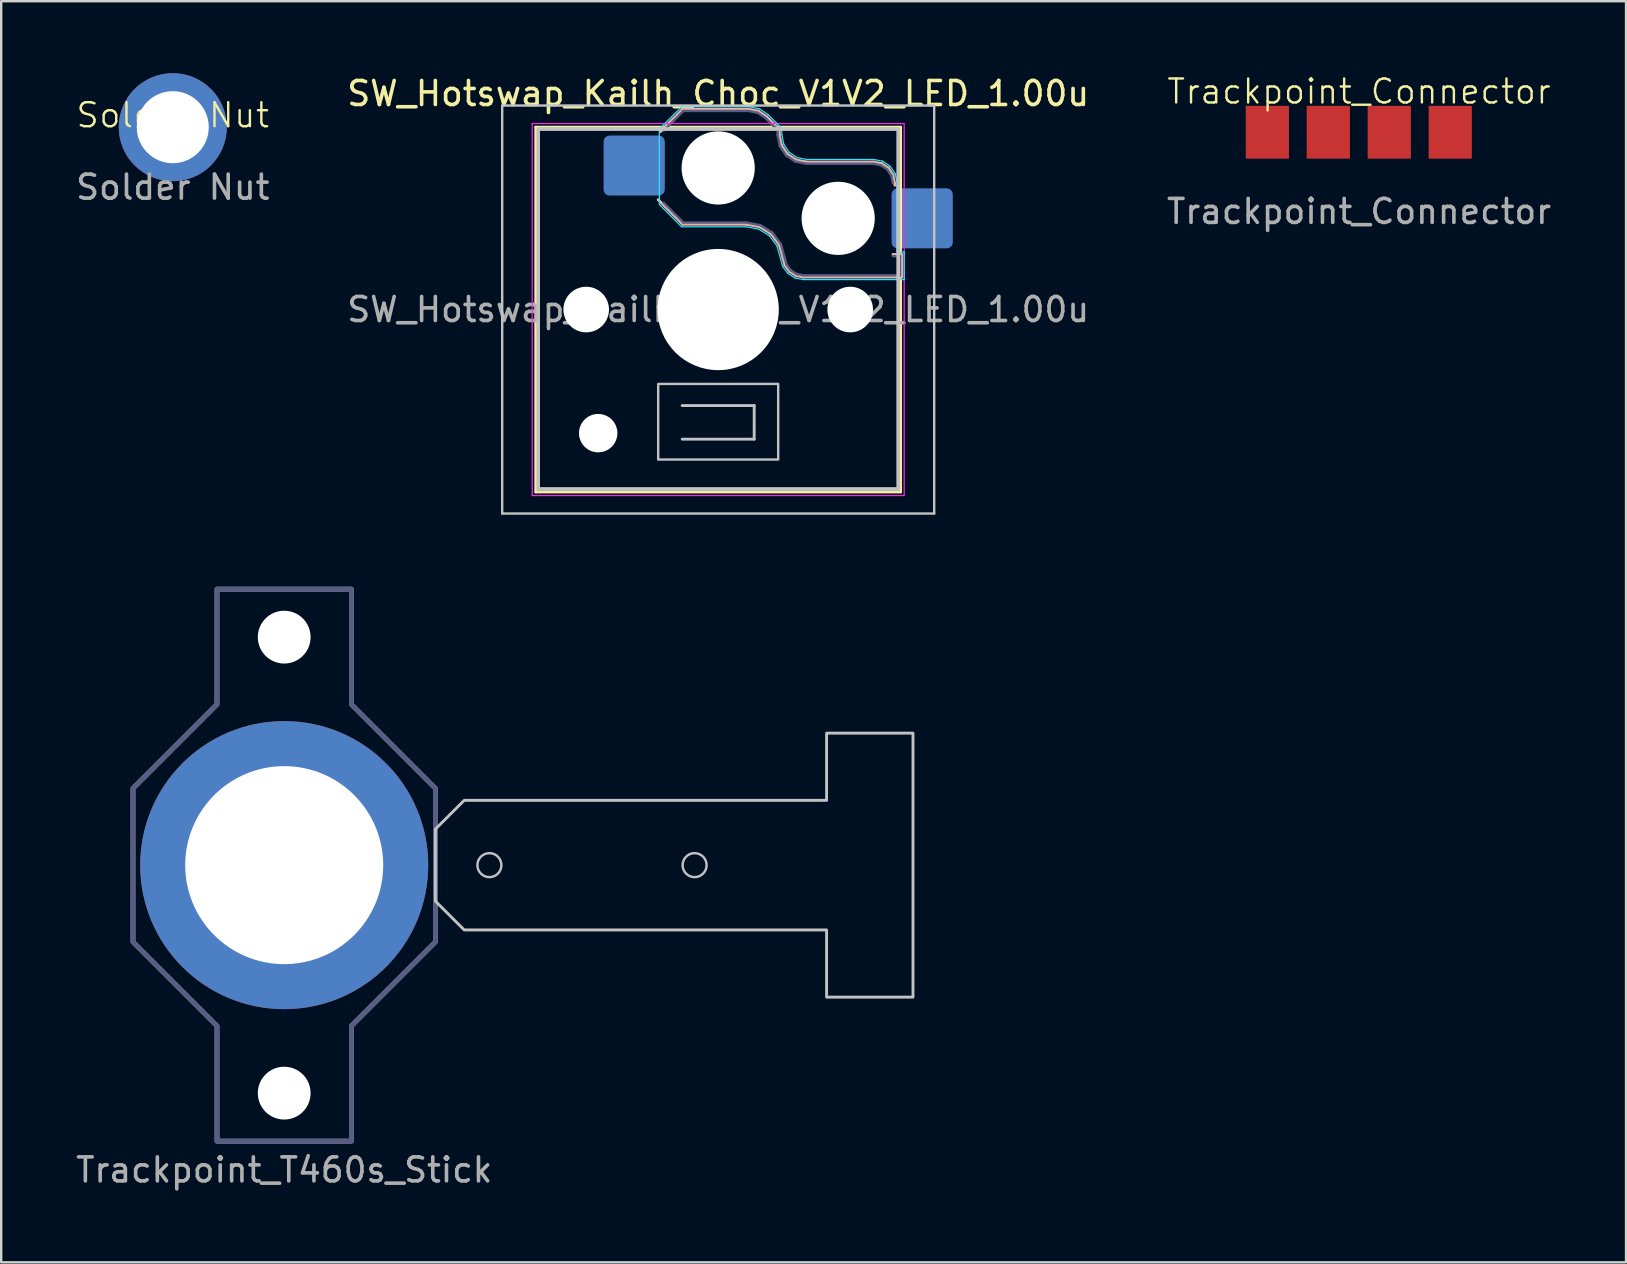
<source format=kicad_pcb>
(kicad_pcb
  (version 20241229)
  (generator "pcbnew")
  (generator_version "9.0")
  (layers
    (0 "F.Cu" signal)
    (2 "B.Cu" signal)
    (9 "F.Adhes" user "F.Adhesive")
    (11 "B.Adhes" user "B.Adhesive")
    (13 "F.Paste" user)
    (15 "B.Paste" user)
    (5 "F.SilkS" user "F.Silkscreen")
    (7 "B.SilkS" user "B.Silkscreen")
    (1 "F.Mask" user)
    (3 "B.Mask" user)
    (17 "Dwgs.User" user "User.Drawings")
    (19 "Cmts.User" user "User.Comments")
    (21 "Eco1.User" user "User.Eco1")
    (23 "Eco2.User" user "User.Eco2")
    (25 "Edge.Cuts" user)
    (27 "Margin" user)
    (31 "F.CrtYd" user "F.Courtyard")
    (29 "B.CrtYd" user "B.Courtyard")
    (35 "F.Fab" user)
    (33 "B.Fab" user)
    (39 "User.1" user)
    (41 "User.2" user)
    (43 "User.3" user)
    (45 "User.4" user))
  (footprint "Solder Nut"
    (layer "F.Cu")
    (at 4.149 2.25)
    (property "Reference" "Solder Nut" (at 0 -0.5 0) (unlocked yes) (layer "F.SilkS") (effects (font (size 1 1) (thickness 0.1))))
    (attr through_hole)
    (fp_text user "${REFERENCE}" (at 0 2.5 0) (unlocked yes) (layer "F.Fab") (effects (font (size 1 1) (thickness 0.15))))
    (pad "1" thru_hole circle (at 0 0) (size 4.5 4.5) (drill 3) (layers "*.Cu" "*.Mask")))
  (footprint "Trackpoint_T460s_Stick"
    (layer "F.Cu")
    (at 8.792 32.998)
    (property "Reference" "Trackpoint_T460s_Stick" (at 0 12.7 0) (layer "F.Fab") (effects (font (size 1 1) (thickness 0.15))))
    (attr through_hole)
    (fp_circle (center 8.55 0) (end 9.05 0) (stroke (width 0.1) (type solid)) (fill no) (layer "Dwgs.User"))
    (fp_circle (center 17.1 0) (end 17.6 0) (stroke (width 0.1) (type solid)) (fill no) (layer "Dwgs.User"))
    (fp_poly (pts (xy 7.5 -2.7) (xy 6.3 -1.5) (xy 6.3 1.5) (xy 7.5 2.7) (xy 22.6 2.7) (xy 22.6 5.5) (xy 26.2 5.5) (xy 26.2 -5.5) (xy 22.6 -5.5) (xy 22.6 -2.7)) (stroke (width 0.12) (type solid)) (fill no) (layer "Dwgs.User"))
    (fp_poly (pts (xy -6.3 -3.2) (xy -6.3 3.2) (xy -2.8 6.7) (xy -2.8 11.5) (xy 2.8 11.5) (xy 2.8 6.7) (xy 6.3 3.2) (xy 6.3 -3.2) (xy 2.8 -6.7) (xy 2.8 -11.5) (xy -2.8 -11.5) (xy -2.8 -6.7)) (stroke (width 0.2) (type solid)) (fill no) (layer "B.Fab"))
    (fp_poly (pts (xy 2.8 -6.7) (xy 6.3 -3.2) (xy 6.3 3.2) (xy 2.8 6.7) (xy 2.8 11.5) (xy -2.8 11.5) (xy -2.8 6.7) (xy -6.3 3.2) (xy -6.3 -3.2) (xy -2.8 -6.7) (xy -2.8 -11.5) (xy 2.8 -11.5)) (stroke (width 0.2) (type solid)) (fill no) (layer "F.Fab"))
    (pad "" np_thru_hole circle (at 0 -9.5 180) (size 2.2 2.2) (drill 2.2) (layers "*.Cu" "*.Mask"))
    (pad "" thru_hole circle (at 0 0 180) (size 12 12) (drill 8.25) (layers "*.Cu" "*.Mask"))
    (pad "" np_thru_hole circle (at 0 9.5 180) (size 2.2 2.2) (drill 2.2) (layers "*.Cu" "*.Mask")))
  (footprint "SW_Hotswap_Kailh_Choc_V1V2_LED_1.00u"
    (layer "F.Cu")
    (at 26.875 9.848)
    (property "Reference" "SW_Hotswap_Kailh_Choc_V1V2_LED_1.00u" (at 0 -9 0) (layer "F.SilkS") (effects (font (size 1 1) (thickness 0.15))))
    (attr smd)
    (fp_line (start -7.6 -7.6) (end -7.6 7.6) (stroke (width 0.12) (type solid)) (layer "F.SilkS"))
    (fp_line (start -7.6 7.6) (end 7.6 7.6) (stroke (width 0.12) (type solid)) (layer "F.SilkS"))
    (fp_line (start 7.6 -7.6) (end -7.6 -7.6) (stroke (width 0.12) (type solid)) (layer "F.SilkS"))
    (fp_line (start 7.6 7.6) (end 7.6 -7.6) (stroke (width 0.12) (type solid)) (layer "F.SilkS"))
    (fp_line (start -2.416 -7.409) (end -1.479 -8.346) (stroke (width 0.12) (type solid)) (layer "B.SilkS"))
    (fp_line (start -1.479 -8.346) (end 1.268 -8.346) (stroke (width 0.12) (type solid)) (layer "B.SilkS"))
    (fp_line (start -1.479 -3.554) (end -2.5 -4.575) (stroke (width 0.12) (type solid)) (layer "B.SilkS"))
    (fp_line (start 1.168 -3.554) (end -1.479 -3.554) (stroke (width 0.12) (type solid)) (layer "B.SilkS"))
    (fp_line (start 1.268 -8.346) (end 1.671 -8.266) (stroke (width 0.12) (type solid)) (layer "B.SilkS"))
    (fp_line (start 1.671 -8.266) (end 2.013 -8.037) (stroke (width 0.12) (type solid)) (layer "B.SilkS"))
    (fp_line (start 1.73 -3.449) (end 1.168 -3.554) (stroke (width 0.12) (type solid)) (layer "B.SilkS"))
    (fp_line (start 2.013 -8.037) (end 2.546 -7.504) (stroke (width 0.12) (type solid)) (layer "B.SilkS"))
    (fp_line (start 2.209 -3.15) (end 1.73 -3.449) (stroke (width 0.12) (type solid)) (layer "B.SilkS"))
    (fp_line (start 2.546 -7.504) (end 2.546 -7.282) (stroke (width 0.12) (type solid)) (layer "B.SilkS"))
    (fp_line (start 2.546 -7.282) (end 2.633 -6.844) (stroke (width 0.12) (type solid)) (layer "B.SilkS"))
    (fp_line (start 2.547 -2.697) (end 2.209 -3.15) (stroke (width 0.12) (type solid)) (layer "B.SilkS"))
    (fp_line (start 2.633 -6.844) (end 2.877 -6.477) (stroke (width 0.12) (type solid)) (layer "B.SilkS"))
    (fp_line (start 2.701 -2.139) (end 2.547 -2.697) (stroke (width 0.12) (type solid)) (layer "B.SilkS"))
    (fp_line (start 2.783 -1.841) (end 2.701 -2.139) (stroke (width 0.12) (type solid)) (layer "B.SilkS"))
    (fp_line (start 2.877 -6.477) (end 3.244 -6.233) (stroke (width 0.12) (type solid)) (layer "B.SilkS"))
    (fp_line (start 2.976 -1.583) (end 2.783 -1.841) (stroke (width 0.12) (type solid)) (layer "B.SilkS"))
    (fp_line (start 3.244 -6.233) (end 3.682 -6.146) (stroke (width 0.12) (type solid)) (layer "B.SilkS"))
    (fp_line (start 3.25 -1.413) (end 2.976 -1.583) (stroke (width 0.12) (type solid)) (layer "B.SilkS"))
    (fp_line (start 3.56 -1.354) (end 3.25 -1.413) (stroke (width 0.12) (type solid)) (layer "B.SilkS"))
    (fp_line (start 3.682 -6.146) (end 6.482 -6.146) (stroke (width 0.12) (type solid)) (layer "B.SilkS"))
    (fp_line (start 6.482 -6.146) (end 6.809 -6.081) (stroke (width 0.12) (type solid)) (layer "B.SilkS"))
    (fp_line (start 6.809 -6.081) (end 7.092 -5.892) (stroke (width 0.12) (type solid)) (layer "B.SilkS"))
    (fp_line (start 7.092 -5.892) (end 7.281 -5.609) (stroke (width 0.12) (type solid)) (layer "B.SilkS"))
    (fp_line (start 7.281 -5.609) (end 7.366 -5.182) (stroke (width 0.12) (type solid)) (layer "B.SilkS"))
    (fp_line (start 7.283 -2.296) (end 7.646 -2.296) (stroke (width 0.12) (type solid)) (layer "B.SilkS"))
    (fp_line (start 7.646 -2.296) (end 7.646 -1.354) (stroke (width 0.12) (type solid)) (layer "B.SilkS"))
    (fp_line (start 7.646 -1.354) (end 3.56 -1.354) (stroke (width 0.12) (type solid)) (layer "B.SilkS"))
    (fp_line (start -9 -8.5) (end -9 8.5) (stroke (width 0.1) (type solid)) (layer "Dwgs.User"))
    (fp_line (start -9 8.5) (end 9 8.5) (stroke (width 0.1) (type solid)) (layer "Dwgs.User"))
    (fp_line (start -1.5 5.4) (end 1.5 5.4) (stroke (width 0.12) (type solid)) (layer "Dwgs.User"))
    (fp_line (start 1.5 4) (end -1.5 4) (stroke (width 0.12) (type solid)) (layer "Dwgs.User"))
    (fp_line (start 1.5 5.4) (end 1.5 4) (stroke (width 0.12) (type solid)) (layer "Dwgs.User"))
    (fp_line (start 9 -8.5) (end -9 -8.5) (stroke (width 0.1) (type solid)) (layer "Dwgs.User"))
    (fp_line (start 9 8.5) (end 9 -8.5) (stroke (width 0.1) (type solid)) (layer "Dwgs.User"))
    (fp_rect (start -7.5 -7.525) (end 7.5 7.475) (stroke (width 0.15) (type default)) (fill no) (layer "Dwgs.User"))
    (fp_rect (start -2.5 3.1) (end 2.5 6.25) (stroke (width 0.1) (type default)) (fill no) (layer "Dwgs.User"))
    (fp_line (start -7.25 -7.25) (end -7.25 7.25) (stroke (width 0.1) (type solid)) (layer "Eco1.User"))
    (fp_line (start -7.25 7.25) (end 7.25 7.25) (stroke (width 0.1) (type solid)) (layer "Eco1.User"))
    (fp_line (start 7.25 -7.25) (end -7.25 -7.25) (stroke (width 0.1) (type solid)) (layer "Eco1.User"))
    (fp_line (start 7.25 7.25) (end 7.25 -7.25) (stroke (width 0.1) (type solid)) (layer "Eco1.User"))
    (fp_line (start -2.452 -7.523) (end -1.523 -8.452) (stroke (width 0.05) (type solid)) (layer "B.CrtYd"))
    (fp_line (start -2.452 -4.377) (end -2.452 -7.523) (stroke (width 0.05) (type solid)) (layer "B.CrtYd"))
    (fp_line (start -1.523 -8.452) (end 1.278 -8.452) (stroke (width 0.05) (type solid)) (layer "B.CrtYd"))
    (fp_line (start -1.523 -3.448) (end -2.452 -4.377) (stroke (width 0.05) (type solid)) (layer "B.CrtYd"))
    (fp_line (start 1.159 -3.448) (end -1.523 -3.448) (stroke (width 0.05) (type solid)) (layer "B.CrtYd"))
    (fp_line (start 1.278 -8.452) (end 1.712 -8.366) (stroke (width 0.05) (type solid)) (layer "B.CrtYd"))
    (fp_line (start 1.691 -3.348) (end 1.159 -3.448) (stroke (width 0.05) (type solid)) (layer "B.CrtYd"))
    (fp_line (start 1.712 -8.366) (end 2.081 -8.119) (stroke (width 0.05) (type solid)) (layer "B.CrtYd"))
    (fp_line (start 2.081 -8.119) (end 2.652 -7.548) (stroke (width 0.05) (type solid)) (layer "B.CrtYd"))
    (fp_line (start 2.136 -3.071) (end 1.691 -3.348) (stroke (width 0.05) (type solid)) (layer "B.CrtYd"))
    (fp_line (start 2.45 -2.65) (end 2.136 -3.071) (stroke (width 0.05) (type solid)) (layer "B.CrtYd"))
    (fp_line (start 2.599 -2.111) (end 2.45 -2.65) (stroke (width 0.05) (type solid)) (layer "B.CrtYd"))
    (fp_line (start 2.652 -7.548) (end 2.652 -7.292) (stroke (width 0.05) (type solid)) (layer "B.CrtYd"))
    (fp_line (start 2.652 -7.292) (end 2.733 -6.885) (stroke (width 0.05) (type solid)) (layer "B.CrtYd"))
    (fp_line (start 2.687 -1.794) (end 2.599 -2.111) (stroke (width 0.05) (type solid)) (layer "B.CrtYd"))
    (fp_line (start 2.733 -6.885) (end 2.953 -6.553) (stroke (width 0.05) (type solid)) (layer "B.CrtYd"))
    (fp_line (start 2.903 -1.503) (end 2.687 -1.794) (stroke (width 0.05) (type solid)) (layer "B.CrtYd"))
    (fp_line (start 2.953 -6.553) (end 3.285 -6.333) (stroke (width 0.05) (type solid)) (layer "B.CrtYd"))
    (fp_line (start 3.211 -1.312) (end 2.903 -1.503) (stroke (width 0.05) (type solid)) (layer "B.CrtYd"))
    (fp_line (start 3.285 -6.333) (end 3.692 -6.252) (stroke (width 0.05) (type solid)) (layer "B.CrtYd"))
    (fp_line (start 3.55 -1.248) (end 3.211 -1.312) (stroke (width 0.05) (type solid)) (layer "B.CrtYd"))
    (fp_line (start 3.692 -6.252) (end 6.492 -6.252) (stroke (width 0.05) (type solid)) (layer "B.CrtYd"))
    (fp_line (start 6.492 -6.252) (end 6.85 -6.181) (stroke (width 0.05) (type solid)) (layer "B.CrtYd"))
    (fp_line (start 6.85 -6.181) (end 7.168 -5.968) (stroke (width 0.05) (type solid)) (layer "B.CrtYd"))
    (fp_line (start 7.168 -5.968) (end 7.381 -5.65) (stroke (width 0.05) (type solid)) (layer "B.CrtYd"))
    (fp_line (start 7.381 -5.65) (end 7.452 -5.292) (stroke (width 0.05) (type solid)) (layer "B.CrtYd"))
    (fp_line (start 7.452 -5.292) (end 7.452 -2.402) (stroke (width 0.05) (type solid)) (layer "B.CrtYd"))
    (fp_line (start 7.452 -2.402) (end 7.752 -2.402) (stroke (width 0.05) (type solid)) (layer "B.CrtYd"))
    (fp_line (start 7.752 -2.402) (end 7.752 -1.248) (stroke (width 0.05) (type solid)) (layer "B.CrtYd"))
    (fp_line (start 7.752 -1.248) (end 3.55 -1.248) (stroke (width 0.05) (type solid)) (layer "B.CrtYd"))
    (fp_line (start -7.75 -7.75) (end -7.75 7.75) (stroke (width 0.05) (type solid)) (layer "F.CrtYd"))
    (fp_line (start -7.75 7.75) (end 7.75 7.75) (stroke (width 0.05) (type solid)) (layer "F.CrtYd"))
    (fp_line (start 7.75 -7.75) (end -7.75 -7.75) (stroke (width 0.05) (type solid)) (layer "F.CrtYd"))
    (fp_line (start 7.75 7.75) (end 7.75 -7.75) (stroke (width 0.05) (type solid)) (layer "F.CrtYd"))
    (fp_line (start -2.275 -7.45) (end -1.45 -8.275) (stroke (width 0.1) (type solid)) (layer "B.Fab"))
    (fp_line (start -1.45 -8.275) (end 1.261 -8.275) (stroke (width 0.1) (type solid)) (layer "B.Fab"))
    (fp_line (start -1.45 -3.625) (end -2.275 -4.45) (stroke (width 0.1) (type solid)) (layer "B.Fab"))
    (fp_line (start 1.175 -3.625) (end -1.45 -3.625) (stroke (width 0.1) (type solid)) (layer "B.Fab"))
    (fp_line (start 1.261 -8.275) (end 1.643 -8.199) (stroke (width 0.1) (type solid)) (layer "B.Fab"))
    (fp_line (start 1.643 -8.199) (end 1.968 -7.982) (stroke (width 0.1) (type solid)) (layer "B.Fab"))
    (fp_line (start 1.756 -3.516) (end 1.175 -3.625) (stroke (width 0.1) (type solid)) (layer "B.Fab"))
    (fp_line (start 1.968 -7.982) (end 2.475 -7.475) (stroke (width 0.1) (type solid)) (layer "B.Fab"))
    (fp_line (start 2.258 -3.203) (end 1.756 -3.516) (stroke (width 0.1) (type solid)) (layer "B.Fab"))
    (fp_line (start 2.475 -7.475) (end 2.475 -7.275) (stroke (width 0.1) (type solid)) (layer "B.Fab"))
    (fp_line (start 2.475 -7.275) (end 2.566 -6.816) (stroke (width 0.1) (type solid)) (layer "B.Fab"))
    (fp_line (start 2.566 -6.816) (end 2.826 -6.426) (stroke (width 0.1) (type solid)) (layer "B.Fab"))
    (fp_line (start 2.612 -2.729) (end 2.258 -3.203) (stroke (width 0.1) (type solid)) (layer "B.Fab"))
    (fp_line (start 2.769 -2.158) (end 2.612 -2.729) (stroke (width 0.1) (type solid)) (layer "B.Fab"))
    (fp_line (start 2.826 -6.426) (end 3.216 -6.166) (stroke (width 0.1) (type solid)) (layer "B.Fab"))
    (fp_line (start 2.848 -1.873) (end 2.769 -2.158) (stroke (width 0.1) (type solid)) (layer "B.Fab"))
    (fp_line (start 3.025 -1.636) (end 2.848 -1.873) (stroke (width 0.1) (type solid)) (layer "B.Fab"))
    (fp_line (start 3.216 -6.166) (end 3.675 -6.075) (stroke (width 0.1) (type solid)) (layer "B.Fab"))
    (fp_line (start 3.276 -1.48) (end 3.025 -1.636) (stroke (width 0.1) (type solid)) (layer "B.Fab"))
    (fp_line (start 3.567 -1.425) (end 3.276 -1.48) (stroke (width 0.1) (type solid)) (layer "B.Fab"))
    (fp_line (start 3.675 -6.075) (end 6.475 -6.075) (stroke (width 0.1) (type solid)) (layer "B.Fab"))
    (fp_line (start 6.475 -6.075) (end 6.781 -6.014) (stroke (width 0.1) (type solid)) (layer "B.Fab"))
    (fp_line (start 6.781 -6.014) (end 7.041 -5.841) (stroke (width 0.1) (type solid)) (layer "B.Fab"))
    (fp_line (start 7.041 -5.841) (end 7.214 -5.581) (stroke (width 0.1) (type solid)) (layer "B.Fab"))
    (fp_line (start 7.214 -5.581) (end 7.275 -5.275) (stroke (width 0.1) (type solid)) (layer "B.Fab"))
    (fp_line (start 7.275 -2.225) (end 7.575 -2.225) (stroke (width 0.1) (type solid)) (layer "B.Fab"))
    (fp_line (start 7.575 -2.225) (end 7.575 -1.425) (stroke (width 0.1) (type solid)) (layer "B.Fab"))
    (fp_line (start 7.575 -1.425) (end 3.567 -1.425) (stroke (width 0.1) (type solid)) (layer "B.Fab"))
    (fp_line (start -7.5 -7.5) (end -7.5 7.5) (stroke (width 0.1) (type solid)) (layer "F.Fab"))
    (fp_line (start -7.5 7.5) (end 7.5 7.5) (stroke (width 0.1) (type solid)) (layer "F.Fab"))
    (fp_line (start 7.5 -7.5) (end -7.5 -7.5) (stroke (width 0.1) (type solid)) (layer "F.Fab"))
    (fp_line (start 7.5 7.5) (end 7.5 -7.5) (stroke (width 0.1) (type solid)) (layer "F.Fab"))
    (fp_text user "${REFERENCE}" (at 0 0 0) (layer "F.Fab") (effects (font (size 1 1) (thickness 0.15))))
    (pad "" np_thru_hole circle (at -5.5 0) (size 1.9 1.9) (drill 1.9) (layers "*.Cu" "*.Mask"))
    (pad "" np_thru_hole circle (at -5 5.15) (size 1.6 1.6) (drill 1.6) (layers "*.Cu" "*.Mask"))
    (pad "" np_thru_hole circle (at 0 -5.9) (size 3.05 3.05) (drill 3.05) (layers "*.Cu" "*.Mask"))
    (pad "" np_thru_hole circle (at 0 0) (size 5.05 5.05) (drill 5.05) (layers "*.Cu" "*.Mask"))
    (pad "" np_thru_hole circle (at 5 -3.8) (size 3.05 3.05) (drill 3.05) (layers "*.Cu" "*.Mask"))
    (pad "" np_thru_hole circle (at 5.5 0) (size 1.9 1.9) (drill 1.9) (layers "*.Cu" "*.Mask"))
    (pad "1" smd roundrect (at -3.5 -6) (size 2.55 2.5) (layers "B.Cu" "B.Mask" "B.Paste") (roundrect_rratio 0.1))
    (pad "2" smd roundrect (at 8.5 -3.8) (size 2.55 2.5) (layers "B.Cu" "B.Mask" "B.Paste") (roundrect_rratio 0.1)))
  (footprint "Trackpoint_Connector"
    (layer "F.Cu")
    (at 53.577 2.461)
    (property "Reference" "Trackpoint_Connector" (at 0 -1.7 0) (unlocked yes) (layer "F.SilkS") (effects (font (size 1 1) (thickness 0.1))))
    (attr smd)
    (fp_text user "${REFERENCE}" (at 0 3.3 0) (unlocked yes) (layer "F.Fab") (effects (font (size 1 1) (thickness 0.15))))
    (pad "10" smd rect (at 3.8 0 270) (size 2.2 1.8) (layers "F.Cu" "F.Mask" "F.Paste"))
    (pad "11" smd rect (at 1.26 0 270) (size 2.2 1.8) (layers "F.Cu" "F.Mask" "F.Paste"))
    (pad "12" smd rect (at -1.28 0 270) (size 2.2 1.8) (layers "F.Cu" "F.Mask" "F.Paste"))
    (pad "13" smd rect (at -3.82 0 270) (size 2.2 1.8) (layers "F.Cu" "F.Mask" "F.Paste")))
  (gr_rect
    (start -3 -3)
    (end 64.702 49.547)
    (stroke (width 0.1) (type default))
    (fill no)
    (layer "Edge.Cuts")))
</source>
